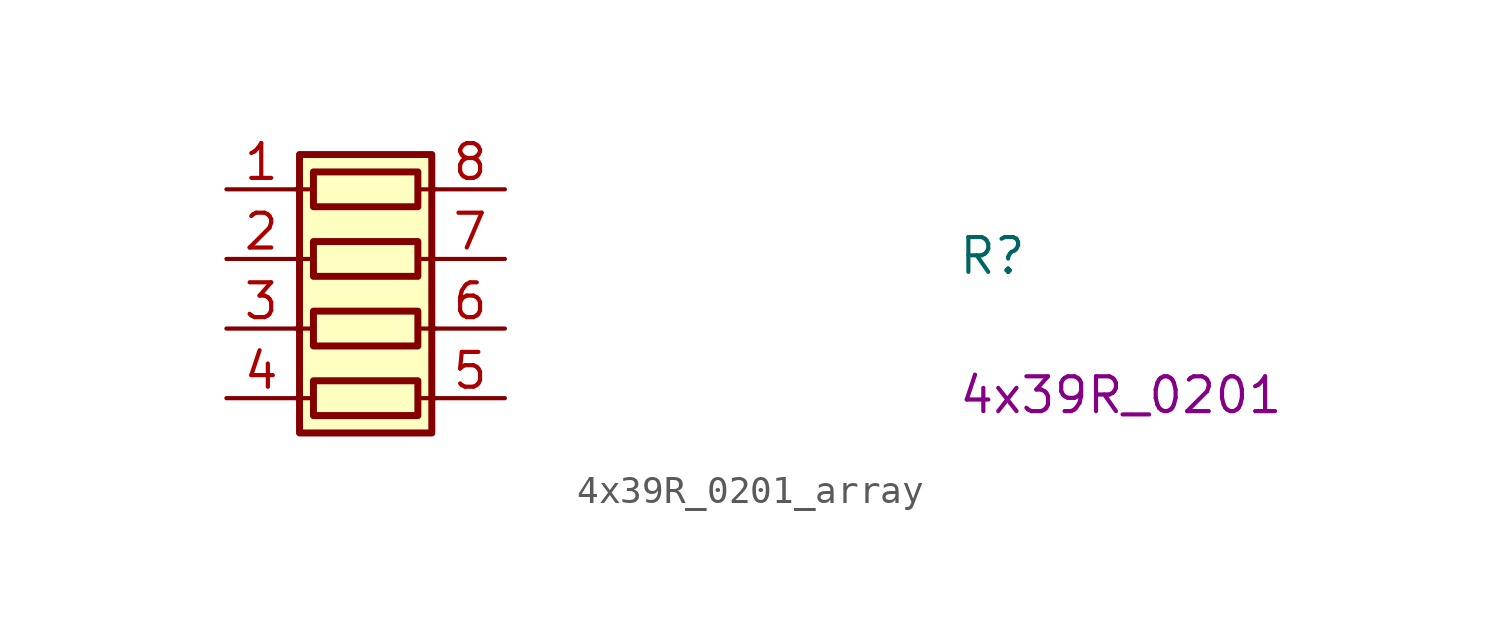
<source format=kicad_sym>
(kicad_symbol_lib
  (version 20220914)
  (generator kicad_symbol_editor)
  (symbol "4x39R_0201_array"
    (pin_names hide)
    (property "Reference" "R"
      (at 26.67 -3.175 0)
      (effects (font (size 1.27 1.27) (thickness 0.15)) (justify left bottom)))
    (property "Val" "4x39R_0201"
      (at 26.67 -8.255 0)
      (effects (font (size 1.27 1.27)) (justify left bottom)))
    (symbol "4x39R_0201_array_0_1"
      (polyline (pts (xy 2.54 -7.62) (xy 3.175 -7.62)) (stroke (width 0) (type default)) (fill (type none)))
      (polyline (pts (xy 2.54 -5.08) (xy 3.175 -5.08)) (stroke (width 0) (type default)) (fill (type none)))
      (polyline (pts (xy 2.54 -2.54) (xy 3.175 -2.54)) (stroke (width 0) (type default)) (fill (type none)))
      (polyline (pts (xy 2.54 0) (xy 3.175 0)) (stroke (width 0) (type default)) (fill (type none)))
      (polyline (pts (xy 6.985 -7.62) (xy 7.62 -7.62)) (stroke (width 0) (type default)) (fill (type none)))
      (polyline (pts (xy 6.985 -5.08) (xy 7.62 -5.08)) (stroke (width 0) (type default)) (fill (type none)))
      (polyline (pts (xy 6.985 -2.54) (xy 7.62 -2.54)) (stroke (width 0) (type default)) (fill (type none)))
      (polyline (pts (xy 6.985 0) (xy 7.62 0)) (stroke (width 0) (type default)) (fill (type none)))
      (rectangle (start 2.667 1.27) (end 7.493 -8.89) (stroke (width 0.254) (type default)) (fill (type background)))
      (rectangle (start 6.985 -6.985) (end 3.175 -8.255) (stroke (width 0.254) (type default)) (fill (type none)))
      (rectangle (start 6.985 -4.445) (end 3.175 -5.715) (stroke (width 0.254) (type default)) (fill (type none)))
      (rectangle (start 6.985 -1.905) (end 3.175 -3.175) (stroke (width 0.254) (type default)) (fill (type none)))
      (rectangle (start 6.985 0.635) (end 3.175 -0.635) (stroke (width 0.254) (type default)) (fill (type none))))
    (symbol "4x39R_0201_array_1_1"
      (pin passive line (at 0 0 0) (length 2.54) (name "R1.1" (effects (font (size 1.27 1.27)))) (number "1" (effects (font (size 1.27 1.27)))))
      (pin passive line (at 0 -2.54 0) (length 2.54) (name "R2.1" (effects (font (size 1.27 1.27)))) (number "2" (effects (font (size 1.27 1.27)))))
      (pin passive line (at 0 -5.08 0) (length 2.54) (name "R3.1" (effects (font (size 1.27 1.27)))) (number "3" (effects (font (size 1.27 1.27)))))
      (pin passive line (at 0 -7.62 0) (length 2.54) (name "R4.1" (effects (font (size 1.27 1.27)))) (number "4" (effects (font (size 1.27 1.27)))))
      (pin passive line (at 10.16 -7.62 180) (length 2.54) (name "R4.2" (effects (font (size 1.27 1.27)))) (number "5" (effects (font (size 1.27 1.27)))))
      (pin passive line (at 10.16 -5.08 180) (length 2.54) (name "R3.2" (effects (font (size 1.27 1.27)))) (number "6" (effects (font (size 1.27 1.27)))))
      (pin passive line (at 10.16 -2.54 180) (length 2.54) (name "R2.2" (effects (font (size 1.27 1.27)))) (number "7" (effects (font (size 1.27 1.27)))))
      (pin passive line (at 10.16 0 180) (length 2.54) (name "R1.2" (effects (font (size 1.27 1.27)))) (number "8" (effects (font (size 1.27 1.27))))))))
</source>
